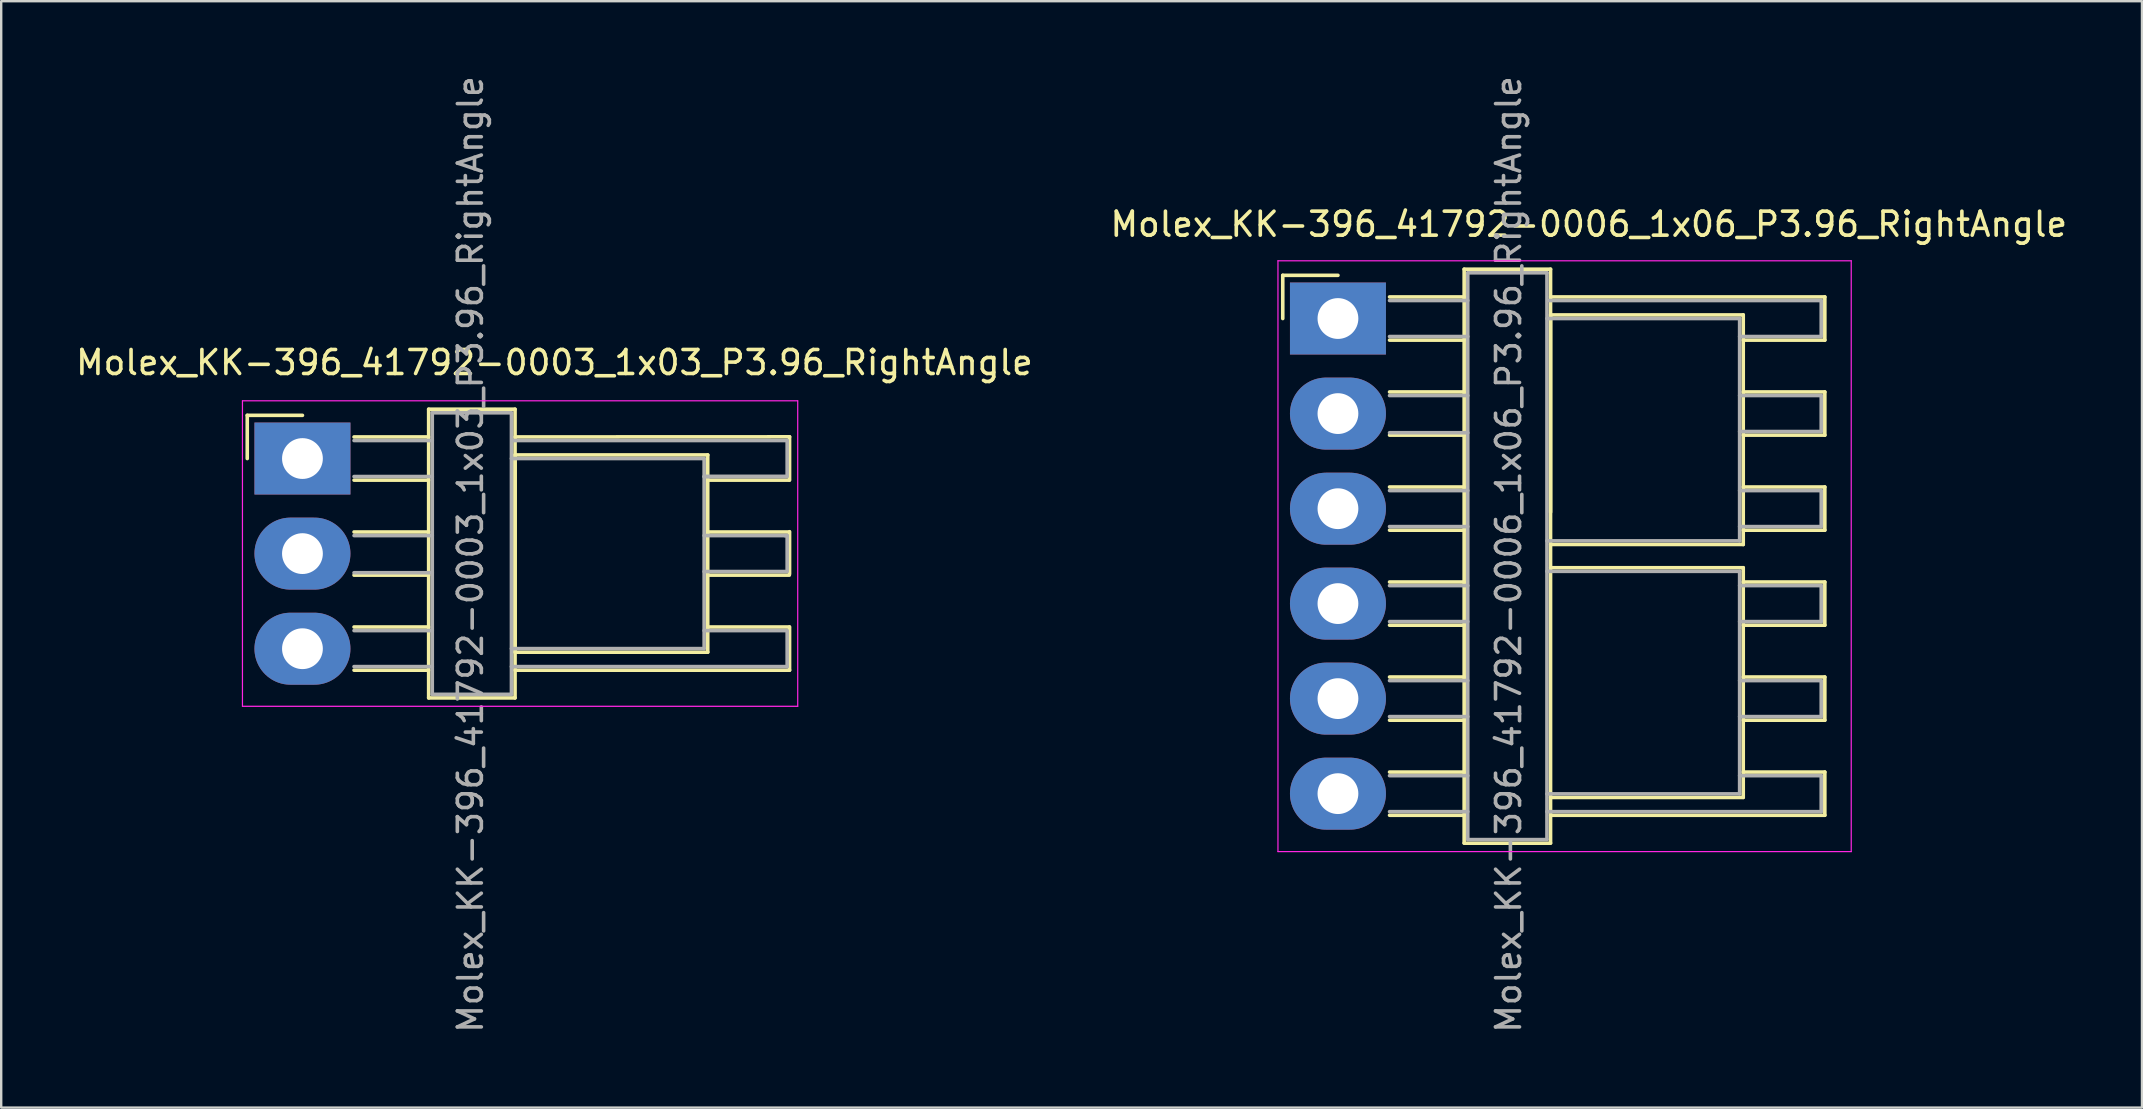
<source format=kicad_pcb>
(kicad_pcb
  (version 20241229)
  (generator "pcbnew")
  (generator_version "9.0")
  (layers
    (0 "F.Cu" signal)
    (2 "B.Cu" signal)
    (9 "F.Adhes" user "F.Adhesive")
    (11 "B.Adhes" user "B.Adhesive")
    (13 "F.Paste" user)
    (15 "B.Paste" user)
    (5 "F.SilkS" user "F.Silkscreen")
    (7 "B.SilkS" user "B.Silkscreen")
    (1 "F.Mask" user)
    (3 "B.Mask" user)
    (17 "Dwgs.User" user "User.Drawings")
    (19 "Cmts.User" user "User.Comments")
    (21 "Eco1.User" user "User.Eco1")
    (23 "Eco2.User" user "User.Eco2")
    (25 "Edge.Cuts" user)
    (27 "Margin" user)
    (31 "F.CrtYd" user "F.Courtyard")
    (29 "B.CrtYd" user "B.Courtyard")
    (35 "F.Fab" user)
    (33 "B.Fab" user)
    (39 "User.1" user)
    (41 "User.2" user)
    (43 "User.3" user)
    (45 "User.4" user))
  (footprint "Molex_KK-396_41792-0006_1x06_P3.96_RightAngle"
    (layer "F.Cu")
    (at 52.707 10.224)
    (property "Reference" "Molex_KK-396_41792-0006_1x06_P3.96_RightAngle" (at 10.454 -3.929 0) (layer "F.SilkS") (effects (font (size 1 1) (thickness 0.15))))
    (attr through_hole)
    (fp_line (start -2.3 -1.8) (end 0 -1.8) (stroke (width 0.15) (type solid)) (layer "F.SilkS"))
    (fp_line (start -2.3 0) (end -2.3 -1.8) (stroke (width 0.15) (type solid)) (layer "F.SilkS"))
    (fp_line (start 2.15 0.9) (end 5.26 0.9) (stroke (width 0.15) (type solid)) (layer "F.SilkS"))
    (fp_line (start 2.15 3.06) (end 5.26 3.06) (stroke (width 0.15) (type solid)) (layer "F.SilkS"))
    (fp_line (start 2.15 4.86) (end 5.26 4.86) (stroke (width 0.15) (type solid)) (layer "F.SilkS"))
    (fp_line (start 2.15 7.02) (end 5.26 7.02) (stroke (width 0.15) (type solid)) (layer "F.SilkS"))
    (fp_line (start 2.15 8.82) (end 5.26 8.82) (stroke (width 0.15) (type solid)) (layer "F.SilkS"))
    (fp_line (start 2.15 10.98) (end 5.26 10.98) (stroke (width 0.15) (type solid)) (layer "F.SilkS"))
    (fp_line (start 2.15 12.78) (end 5.26 12.78) (stroke (width 0.15) (type solid)) (layer "F.SilkS"))
    (fp_line (start 2.15 14.94) (end 5.26 14.94) (stroke (width 0.15) (type solid)) (layer "F.SilkS"))
    (fp_line (start 2.15 16.74) (end 5.26 16.74) (stroke (width 0.15) (type solid)) (layer "F.SilkS"))
    (fp_line (start 2.15 18.9) (end 5.26 18.9) (stroke (width 0.15) (type solid)) (layer "F.SilkS"))
    (fp_line (start 2.15 20.7) (end 5.26 20.7) (stroke (width 0.15) (type solid)) (layer "F.SilkS"))
    (fp_line (start 5.26 -2.055) (end 5.26 21.855) (stroke (width 0.15) (type solid)) (layer "F.SilkS"))
    (fp_line (start 5.26 -0.9) (end 2.15 -0.9) (stroke (width 0.15) (type solid)) (layer "F.SilkS"))
    (fp_line (start 8.86 -2.055) (end 5.26 -2.055) (stroke (width 0.15) (type solid)) (layer "F.SilkS"))
    (fp_line (start 8.86 -2.055) (end 8.86 21.855) (stroke (width 0.15) (type solid)) (layer "F.SilkS"))
    (fp_line (start 8.86 -0.9) (end 20.29 -0.9) (stroke (width 0.15) (type solid)) (layer "F.SilkS"))
    (fp_line (start 8.86 -0.15) (end 16.89 -0.15) (stroke (width 0.15) (type solid)) (layer "F.SilkS"))
    (fp_line (start 8.86 8.07) (end 8.86 -0.15) (stroke (width 0.15) (type solid)) (layer "F.SilkS"))
    (fp_line (start 8.86 21.865) (end 5.26 21.865) (stroke (width 0.15) (type solid)) (layer "F.SilkS"))
    (fp_line (start 16.89 0.9) (end 20.29 0.9) (stroke (width 0.15) (type solid)) (layer "F.SilkS"))
    (fp_line (start 16.89 3.06) (end 20.29 3.06) (stroke (width 0.15) (type solid)) (layer "F.SilkS"))
    (fp_line (start 16.89 7.02) (end 20.29 7.02) (stroke (width 0.15) (type solid)) (layer "F.SilkS"))
    (fp_line (start 16.89 9.417) (end 8.86 9.417) (stroke (width 0.15) (type solid)) (layer "F.SilkS"))
    (fp_line (start 16.89 9.417) (end 16.89 -0.153) (stroke (width 0.15) (type solid)) (layer "F.SilkS"))
    (fp_line (start 16.89 10.385) (end 8.86 10.385) (stroke (width 0.15) (type solid)) (layer "F.SilkS"))
    (fp_line (start 16.89 10.385) (end 16.89 19.955) (stroke (width 0.15) (type solid)) (layer "F.SilkS"))
    (fp_line (start 16.89 10.98) (end 20.29 10.98) (stroke (width 0.15) (type solid)) (layer "F.SilkS"))
    (fp_line (start 16.89 14.94) (end 20.29 14.94) (stroke (width 0.15) (type solid)) (layer "F.SilkS"))
    (fp_line (start 16.89 18.9) (end 20.29 18.9) (stroke (width 0.15) (type solid)) (layer "F.SilkS"))
    (fp_line (start 16.89 19.96) (end 8.86 19.96) (stroke (width 0.15) (type solid)) (layer "F.SilkS"))
    (fp_line (start 20.29 0.9) (end 20.29 -0.9) (stroke (width 0.15) (type solid)) (layer "F.SilkS"))
    (fp_line (start 20.29 3.06) (end 20.29 4.86) (stroke (width 0.15) (type solid)) (layer "F.SilkS"))
    (fp_line (start 20.29 4.86) (end 16.89 4.86) (stroke (width 0.15) (type solid)) (layer "F.SilkS"))
    (fp_line (start 20.29 7.02) (end 20.29 8.82) (stroke (width 0.15) (type solid)) (layer "F.SilkS"))
    (fp_line (start 20.29 8.82) (end 16.89 8.82) (stroke (width 0.15) (type solid)) (layer "F.SilkS"))
    (fp_line (start 20.29 10.98) (end 20.29 12.78) (stroke (width 0.15) (type solid)) (layer "F.SilkS"))
    (fp_line (start 20.29 12.78) (end 16.891 12.779) (stroke (width 0.15) (type solid)) (layer "F.SilkS"))
    (fp_line (start 20.29 14.94) (end 20.29 16.74) (stroke (width 0.15) (type solid)) (layer "F.SilkS"))
    (fp_line (start 20.29 16.74) (end 16.891 16.739) (stroke (width 0.15) (type solid)) (layer "F.SilkS"))
    (fp_line (start 20.29 18.9) (end 20.29 20.7) (stroke (width 0.15) (type solid)) (layer "F.SilkS"))
    (fp_line (start 20.29 20.7) (end 8.86 20.7) (stroke (width 0.15) (type solid)) (layer "F.SilkS"))
    (fp_line (start -2.5 -2.405) (end 21.39 -2.405) (stroke (width 0.05) (type solid)) (layer "F.CrtYd"))
    (fp_line (start -2.5 22.215) (end -2.5 -2.405) (stroke (width 0.05) (type solid)) (layer "F.CrtYd"))
    (fp_line (start 21.39 -2.405) (end 21.39 22.215) (stroke (width 0.05) (type solid)) (layer "F.CrtYd"))
    (fp_line (start 21.39 22.215) (end -2.5 22.215) (stroke (width 0.05) (type solid)) (layer "F.CrtYd"))
    (fp_line (start 2.15 0.75) (end 5.41 0.75) (stroke (width 0.15) (type solid)) (layer "F.Fab"))
    (fp_line (start 2.15 3.21) (end 5.41 3.21) (stroke (width 0.15) (type solid)) (layer "F.Fab"))
    (fp_line (start 2.15 4.76) (end 5.41 4.76) (stroke (width 0.15) (type solid)) (layer "F.Fab"))
    (fp_line (start 2.15 7.17) (end 5.41 7.17) (stroke (width 0.15) (type solid)) (layer "F.Fab"))
    (fp_line (start 2.15 8.67) (end 5.41 8.67) (stroke (width 0.15) (type solid)) (layer "F.Fab"))
    (fp_line (start 2.15 11.13) (end 5.41 11.13) (stroke (width 0.15) (type solid)) (layer "F.Fab"))
    (fp_line (start 2.15 12.63) (end 5.41 12.63) (stroke (width 0.15) (type solid)) (layer "F.Fab"))
    (fp_line (start 2.15 15.09) (end 5.41 15.09) (stroke (width 0.15) (type solid)) (layer "F.Fab"))
    (fp_line (start 2.15 16.59) (end 5.41 16.59) (stroke (width 0.15) (type solid)) (layer "F.Fab"))
    (fp_line (start 2.15 19.05) (end 5.41 19.05) (stroke (width 0.15) (type solid)) (layer "F.Fab"))
    (fp_line (start 2.15 20.55) (end 5.41 20.55) (stroke (width 0.15) (type solid)) (layer "F.Fab"))
    (fp_line (start 5.41 -1.905) (end 5.41 21.705) (stroke (width 0.15) (type solid)) (layer "F.Fab"))
    (fp_line (start 5.41 -0.75) (end 2.15 -0.75) (stroke (width 0.15) (type solid)) (layer "F.Fab"))
    (fp_line (start 5.41 21.715) (end 8.71 21.715) (stroke (width 0.15) (type solid)) (layer "F.Fab"))
    (fp_line (start 8.71 -1.905) (end 5.41 -1.905) (stroke (width 0.15) (type solid)) (layer "F.Fab"))
    (fp_line (start 8.71 0) (end 16.74 0) (stroke (width 0.15) (type solid)) (layer "F.Fab"))
    (fp_line (start 8.71 20.55) (end 20.14 20.55) (stroke (width 0.15) (type solid)) (layer "F.Fab"))
    (fp_line (start 8.71 21.705) (end 8.71 -1.905) (stroke (width 0.15) (type solid)) (layer "F.Fab"))
    (fp_line (start 16.74 -0.003) (end 16.74 9.267) (stroke (width 0.15) (type solid)) (layer "F.Fab"))
    (fp_line (start 16.74 0.75) (end 20.14 0.75) (stroke (width 0.15) (type solid)) (layer "F.Fab"))
    (fp_line (start 16.74 3.21) (end 20.14 3.21) (stroke (width 0.15) (type solid)) (layer "F.Fab"))
    (fp_line (start 16.74 4.71) (end 20.14 4.71) (stroke (width 0.15) (type solid)) (layer "F.Fab"))
    (fp_line (start 16.74 7.17) (end 20.14 7.17) (stroke (width 0.15) (type solid)) (layer "F.Fab"))
    (fp_line (start 16.74 8.67) (end 20.14 8.67) (stroke (width 0.15) (type solid)) (layer "F.Fab"))
    (fp_line (start 16.74 9.265) (end 8.71 9.265) (stroke (width 0.15) (type solid)) (layer "F.Fab"))
    (fp_line (start 16.74 10.535) (end 8.71 10.535) (stroke (width 0.15) (type solid)) (layer "F.Fab"))
    (fp_line (start 16.74 10.535) (end 16.74 19.805) (stroke (width 0.15) (type solid)) (layer "F.Fab"))
    (fp_line (start 16.74 12.63) (end 20.14 12.63) (stroke (width 0.15) (type solid)) (layer "F.Fab"))
    (fp_line (start 16.74 19.81) (end 8.71 19.81) (stroke (width 0.15) (type solid)) (layer "F.Fab"))
    (fp_line (start 20.14 -0.75) (end 8.8 -0.75) (stroke (width 0.15) (type solid)) (layer "F.Fab"))
    (fp_line (start 20.14 -0.75) (end 20.14 0.75) (stroke (width 0.15) (type solid)) (layer "F.Fab"))
    (fp_line (start 20.14 3.21) (end 20.14 4.71) (stroke (width 0.15) (type solid)) (layer "F.Fab"))
    (fp_line (start 20.14 8.67) (end 20.14 7.17) (stroke (width 0.15) (type solid)) (layer "F.Fab"))
    (fp_line (start 20.14 11.13) (end 16.74 11.13) (stroke (width 0.15) (type solid)) (layer "F.Fab"))
    (fp_line (start 20.14 12.63) (end 20.14 11.13) (stroke (width 0.15) (type solid)) (layer "F.Fab"))
    (fp_line (start 20.14 15.09) (end 16.74 15.09) (stroke (width 0.15) (type solid)) (layer "F.Fab"))
    (fp_line (start 20.14 16.59) (end 16.74 16.59) (stroke (width 0.15) (type solid)) (layer "F.Fab"))
    (fp_line (start 20.14 16.59) (end 20.14 15.09) (stroke (width 0.15) (type solid)) (layer "F.Fab"))
    (fp_line (start 20.14 19.05) (end 16.74 19.05) (stroke (width 0.15) (type solid)) (layer "F.Fab"))
    (fp_line (start 20.14 20.55) (end 20.14 19.05) (stroke (width 0.15) (type solid)) (layer "F.Fab"))
    (fp_text user "${REFERENCE}" (at 7.112 9.83 270) (layer "F.Fab") (effects (font (size 1 1) (thickness 0.15))))
    (pad "1" thru_hole rect (at 0 0 270) (size 3 4) (drill 1.7) (layers "*.Cu" "*.Mask"))
    (pad "2" thru_hole oval (at 0 3.962 270) (size 3 4) (drill 1.7) (layers "*.Cu" "*.Mask"))
    (pad "3" thru_hole oval (at 0 7.925 270) (size 3 4) (drill 1.7) (layers "*.Cu" "*.Mask"))
    (pad "4" thru_hole oval (at 0 11.88 270) (size 3 4) (drill 1.7) (layers "*.Cu" "*.Mask"))
    (pad "5" thru_hole oval (at 0 15.84 270) (size 3 4) (drill 1.7) (layers "*.Cu" "*.Mask"))
    (pad "6" thru_hole oval (at 0 19.8 270) (size 3 4) (drill 1.7) (layers "*.Cu" "*.Mask")))
  (footprint "Molex_KK-396_41792-0003_1x03_P3.96_RightAngle"
    (layer "F.Cu")
    (at 9.554 16.059)
    (property "Reference" "Molex_KK-396_41792-0003_1x03_P3.96_RightAngle" (at 10.5 -4 0) (layer "F.SilkS") (effects (font (size 1 1) (thickness 0.15))))
    (attr through_hole)
    (fp_line (start -2.3 -1.8) (end 0 -1.8) (stroke (width 0.15) (type solid)) (layer "F.SilkS"))
    (fp_line (start -2.3 0) (end -2.3 -1.8) (stroke (width 0.15) (type solid)) (layer "F.SilkS"))
    (fp_line (start 2.15 0.9) (end 5.26 0.9) (stroke (width 0.15) (type solid)) (layer "F.SilkS"))
    (fp_line (start 2.15 3.06) (end 5.26 3.06) (stroke (width 0.15) (type solid)) (layer "F.SilkS"))
    (fp_line (start 2.15 4.86) (end 5.26 4.86) (stroke (width 0.15) (type solid)) (layer "F.SilkS"))
    (fp_line (start 2.15 7.02) (end 5.26 7.02) (stroke (width 0.15) (type solid)) (layer "F.SilkS"))
    (fp_line (start 2.15 8.82) (end 5.26 8.82) (stroke (width 0.15) (type solid)) (layer "F.SilkS"))
    (fp_line (start 5.26 -2.055) (end 5.26 9.975) (stroke (width 0.15) (type solid)) (layer "F.SilkS"))
    (fp_line (start 5.26 -0.9) (end 2.15 -0.9) (stroke (width 0.15) (type solid)) (layer "F.SilkS"))
    (fp_line (start 5.26 9.975) (end 8.86 9.975) (stroke (width 0.15) (type solid)) (layer "F.SilkS"))
    (fp_line (start 8.86 -2.055) (end 5.26 -2.055) (stroke (width 0.15) (type solid)) (layer "F.SilkS"))
    (fp_line (start 8.86 -0.9) (end 20.3 -0.905) (stroke (width 0.15) (type solid)) (layer "F.SilkS"))
    (fp_line (start 8.86 -0.15) (end 16.89 -0.15) (stroke (width 0.15) (type solid)) (layer "F.SilkS"))
    (fp_line (start 8.86 8.07) (end 8.86 -0.15) (stroke (width 0.15) (type solid)) (layer "F.SilkS"))
    (fp_line (start 8.86 8.82) (end 20.3 8.82) (stroke (width 0.15) (type solid)) (layer "F.SilkS"))
    (fp_line (start 8.86 9.975) (end 8.86 -2.055) (stroke (width 0.15) (type solid)) (layer "F.SilkS"))
    (fp_line (start 16.89 -0.15) (end 16.89 8.07) (stroke (width 0.15) (type solid)) (layer "F.SilkS"))
    (fp_line (start 16.89 0.9) (end 20.29 0.9) (stroke (width 0.15) (type solid)) (layer "F.SilkS"))
    (fp_line (start 16.89 3.06) (end 20.29 3.06) (stroke (width 0.15) (type solid)) (layer "F.SilkS"))
    (fp_line (start 16.89 4.86) (end 20.29 4.86) (stroke (width 0.15) (type solid)) (layer "F.SilkS"))
    (fp_line (start 16.89 7.02) (end 20.29 7.02) (stroke (width 0.15) (type solid)) (layer "F.SilkS"))
    (fp_line (start 16.89 8.07) (end 8.86 8.07) (stroke (width 0.15) (type solid)) (layer "F.SilkS"))
    (fp_line (start 20.3 -0.905) (end 20.3 0.895) (stroke (width 0.15) (type solid)) (layer "F.SilkS"))
    (fp_line (start 20.3 4.81) (end 20.3 3.05) (stroke (width 0.15) (type solid)) (layer "F.SilkS"))
    (fp_line (start 20.3 8.82) (end 20.3 7.02) (stroke (width 0.15) (type solid)) (layer "F.SilkS"))
    (fp_line (start -2.5 -2.405) (end 20.64 -2.405) (stroke (width 0.05) (type solid)) (layer "F.CrtYd"))
    (fp_line (start -2.5 10.325) (end -2.5 -2.405) (stroke (width 0.05) (type solid)) (layer "F.CrtYd"))
    (fp_line (start 20.64 -2.405) (end 20.64 10.325) (stroke (width 0.05) (type solid)) (layer "F.CrtYd"))
    (fp_line (start 20.64 10.325) (end -2.5 10.325) (stroke (width 0.05) (type solid)) (layer "F.CrtYd"))
    (fp_line (start 2.15 0.75) (end 5.41 0.75) (stroke (width 0.15) (type solid)) (layer "F.Fab"))
    (fp_line (start 2.15 3.21) (end 5.41 3.21) (stroke (width 0.15) (type solid)) (layer "F.Fab"))
    (fp_line (start 2.15 4.76) (end 5.41 4.76) (stroke (width 0.15) (type solid)) (layer "F.Fab"))
    (fp_line (start 2.15 7.17) (end 5.41 7.17) (stroke (width 0.15) (type solid)) (layer "F.Fab"))
    (fp_line (start 2.15 8.67) (end 5.41 8.67) (stroke (width 0.15) (type solid)) (layer "F.Fab"))
    (fp_line (start 5.41 -1.905) (end 5.41 9.825) (stroke (width 0.15) (type solid)) (layer "F.Fab"))
    (fp_line (start 5.41 -0.75) (end 2.15 -0.75) (stroke (width 0.15) (type solid)) (layer "F.Fab"))
    (fp_line (start 5.41 9.825) (end 8.71 9.825) (stroke (width 0.15) (type solid)) (layer "F.Fab"))
    (fp_line (start 8.71 -1.905) (end 5.41 -1.905) (stroke (width 0.15) (type solid)) (layer "F.Fab"))
    (fp_line (start 8.71 0) (end 16.74 0) (stroke (width 0.15) (type solid)) (layer "F.Fab"))
    (fp_line (start 8.71 8.67) (end 20.2 8.67) (stroke (width 0.15) (type solid)) (layer "F.Fab"))
    (fp_line (start 8.71 9.825) (end 8.71 -1.905) (stroke (width 0.15) (type solid)) (layer "F.Fab"))
    (fp_line (start 16.74 0) (end 16.74 7.92) (stroke (width 0.15) (type solid)) (layer "F.Fab"))
    (fp_line (start 16.74 0.75) (end 20.14 0.75) (stroke (width 0.15) (type solid)) (layer "F.Fab"))
    (fp_line (start 16.74 0.75) (end 20.14 0.75) (stroke (width 0.15) (type solid)) (layer "F.Fab"))
    (fp_line (start 16.74 3.21) (end 20.14 3.21) (stroke (width 0.15) (type solid)) (layer "F.Fab"))
    (fp_line (start 16.74 4.71) (end 20.14 4.71) (stroke (width 0.15) (type solid)) (layer "F.Fab"))
    (fp_line (start 16.74 7.17) (end 20.14 7.17) (stroke (width 0.15) (type solid)) (layer "F.Fab"))
    (fp_line (start 16.74 7.92) (end 8.71 7.92) (stroke (width 0.15) (type solid)) (layer "F.Fab"))
    (fp_line (start 20.2 -0.75) (end 8.8 -0.75) (stroke (width 0.15) (type solid)) (layer "F.Fab"))
    (fp_line (start 20.2 -0.75) (end 20.2 0.75) (stroke (width 0.15) (type solid)) (layer "F.Fab"))
    (fp_line (start 20.2 3.21) (end 20.1 3.21) (stroke (width 0.15) (type solid)) (layer "F.Fab"))
    (fp_line (start 20.2 4.71) (end 20.2 3.21) (stroke (width 0.15) (type solid)) (layer "F.Fab"))
    (fp_line (start 20.2 8.67) (end 20.2 7.17) (stroke (width 0.15) (type solid)) (layer "F.Fab"))
    (fp_text user "${REFERENCE}" (at 7 3.995 270) (layer "F.Fab") (effects (font (size 1 1) (thickness 0.15))))
    (pad "1" thru_hole rect (at 0 0 270) (size 3 4) (drill 1.7) (layers "*.Cu" "*.Mask"))
    (pad "2" thru_hole oval (at 0 3.962 270) (size 3 4) (drill 1.7) (layers "*.Cu" "*.Mask"))
    (pad "3" thru_hole oval (at 0 7.925 270) (size 3 4) (drill 1.7) (layers "*.Cu" "*.Mask")))
  (gr_rect
    (start -3 -3)
    (end 86.214 43.107)
    (stroke (width 0.1) (type default))
    (fill no)
    (layer "Edge.Cuts")))
</source>
